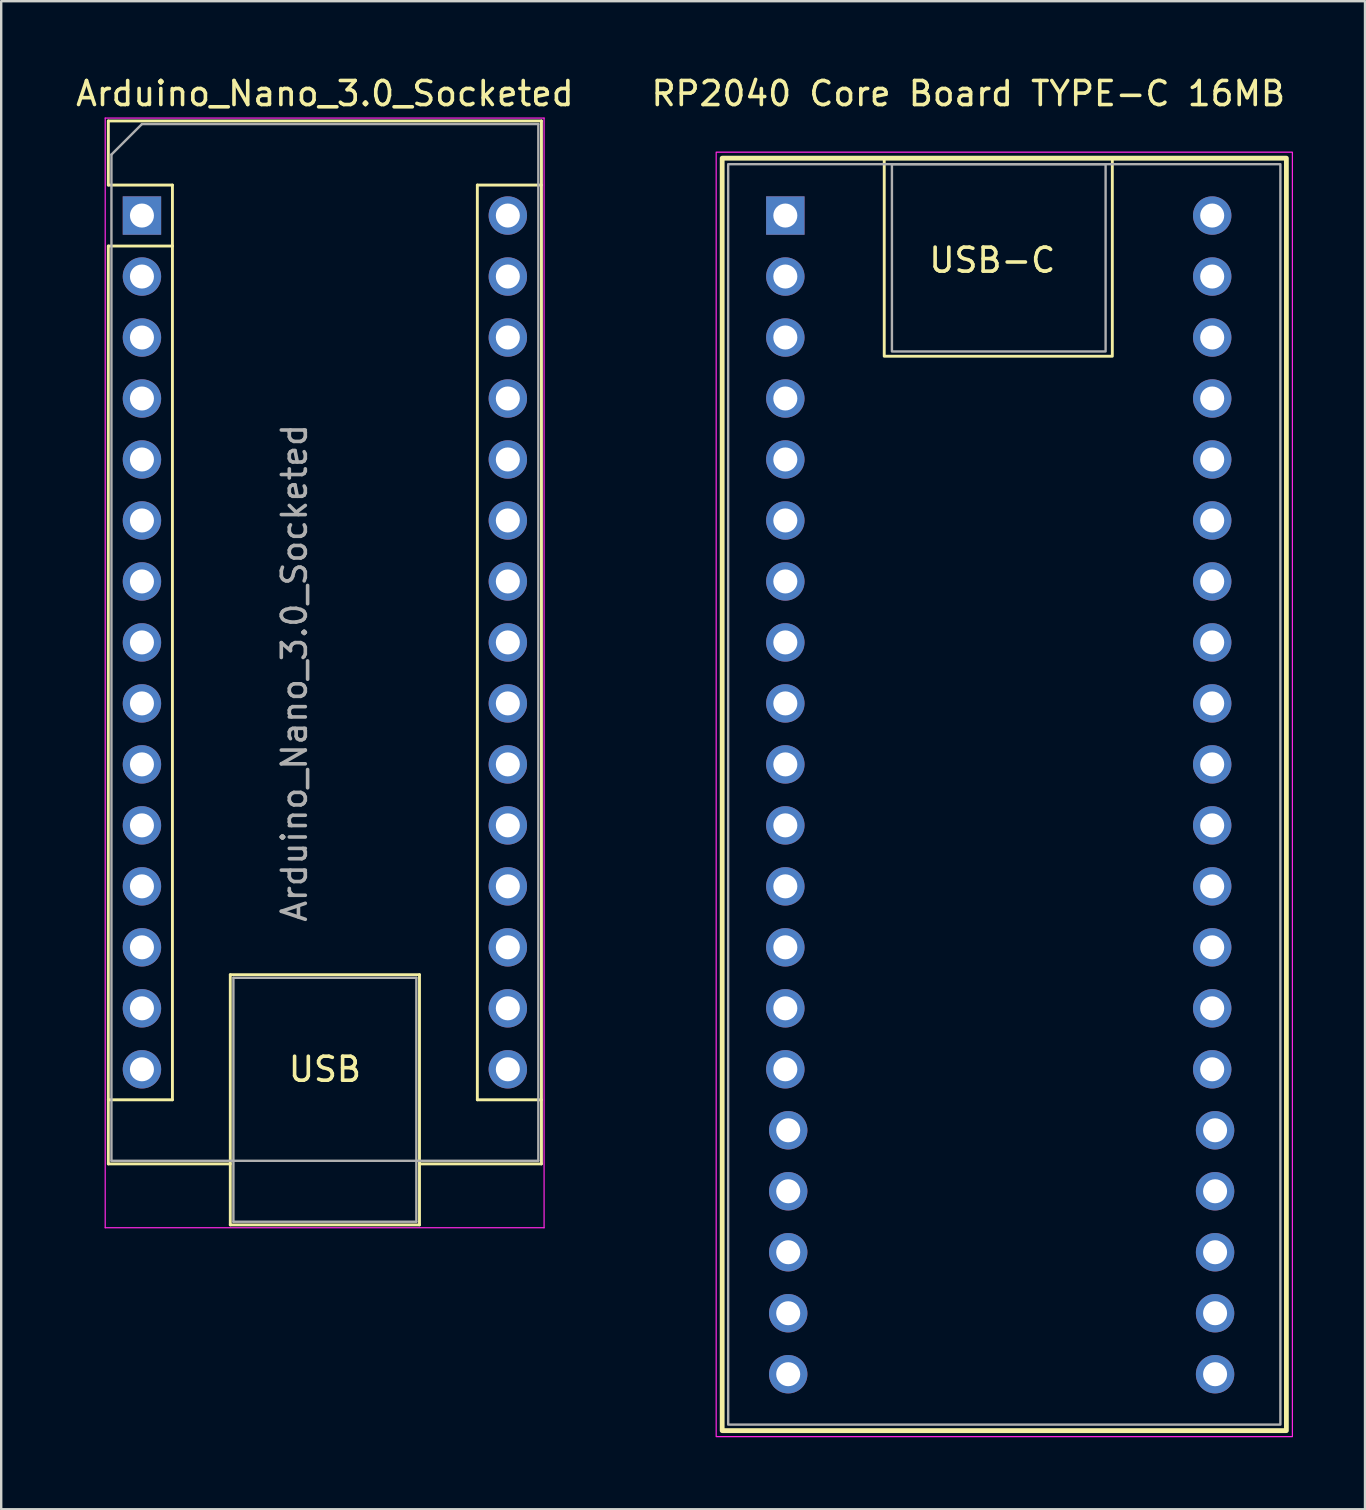
<source format=kicad_pcb>
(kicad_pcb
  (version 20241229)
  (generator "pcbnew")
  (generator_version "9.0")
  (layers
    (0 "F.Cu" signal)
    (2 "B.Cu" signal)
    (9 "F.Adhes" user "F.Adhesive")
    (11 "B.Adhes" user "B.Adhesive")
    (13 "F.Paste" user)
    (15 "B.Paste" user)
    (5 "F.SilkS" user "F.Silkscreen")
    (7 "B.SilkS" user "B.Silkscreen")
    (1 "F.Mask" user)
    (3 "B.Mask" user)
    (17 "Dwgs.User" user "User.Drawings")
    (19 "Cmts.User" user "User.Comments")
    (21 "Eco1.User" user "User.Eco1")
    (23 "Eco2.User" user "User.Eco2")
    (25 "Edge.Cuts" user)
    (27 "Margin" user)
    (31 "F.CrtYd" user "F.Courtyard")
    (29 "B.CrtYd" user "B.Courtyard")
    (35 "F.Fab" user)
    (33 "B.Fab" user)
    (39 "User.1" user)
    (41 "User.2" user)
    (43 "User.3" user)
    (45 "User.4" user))
  (footprint "RP2040 Core Board TYPE-C 16MB"
    (layer "F.Cu")
    (at 37.28 28.788)
    (property "Reference" "RP2040 Core Board TYPE-C 16MB" (at 0 -27.94 0) (layer "F.SilkS") (effects (font (size 1 1) (thickness 0.15))))
    (attr through_hole)
    (fp_rect (start -10.25 -25.25) (end 13.25 27.75) (stroke (width 0.2) (type solid)) (fill no) (layer "F.SilkS"))
    (fp_rect (start -3.5 -25.25) (end 6 -17) (stroke (width 0.12) (type solid)) (fill no) (layer "F.SilkS"))
    (fp_rect (start -10.5 -25.5) (end 13.5 28) (stroke (width 0.05) (type solid)) (fill no) (layer "F.CrtYd"))
    (fp_rect (start -10 -25) (end 13 27.5) (stroke (width 0.1) (type solid)) (fill no) (layer "F.Fab"))
    (fp_rect (start -3.18 -25) (end 5.72 -17.2) (stroke (width 0.1) (type solid)) (fill no) (layer "F.Fab"))
    (fp_text user "USB-C" (at 1 -21 0) (unlocked yes) (layer "F.SilkS") (effects (font (size 1 1) (thickness 0.15))))
    (pad "1" thru_hole rect (at -7.62 -22.86) (size 1.6 1.6) (drill 1) (layers "*.Cu" "*.Mask"))
    (pad "2" thru_hole oval (at -7.62 -20.32) (size 1.6 1.6) (drill 1) (layers "*.Cu" "*.Mask"))
    (pad "3" thru_hole oval (at -7.62 -17.78) (size 1.6 1.6) (drill 1) (layers "*.Cu" "*.Mask"))
    (pad "4" thru_hole oval (at -7.62 -15.24) (size 1.6 1.6) (drill 1) (layers "*.Cu" "*.Mask"))
    (pad "5" thru_hole oval (at -7.62 -12.7) (size 1.6 1.6) (drill 1) (layers "*.Cu" "*.Mask"))
    (pad "6" thru_hole oval (at -7.62 -10.16) (size 1.6 1.6) (drill 1) (layers "*.Cu" "*.Mask"))
    (pad "7" thru_hole oval (at -7.62 -7.62) (size 1.6 1.6) (drill 1) (layers "*.Cu" "*.Mask"))
    (pad "8" thru_hole oval (at -7.62 -5.08) (size 1.6 1.6) (drill 1) (layers "*.Cu" "*.Mask"))
    (pad "9" thru_hole oval (at -7.62 -2.54) (size 1.6 1.6) (drill 1) (layers "*.Cu" "*.Mask"))
    (pad "10" thru_hole oval (at -7.62 0) (size 1.6 1.6) (drill 1) (layers "*.Cu" "*.Mask"))
    (pad "11" thru_hole oval (at -7.62 2.54) (size 1.6 1.6) (drill 1) (layers "*.Cu" "*.Mask"))
    (pad "12" thru_hole oval (at -7.62 5.08) (size 1.6 1.6) (drill 1) (layers "*.Cu" "*.Mask"))
    (pad "13" thru_hole oval (at -7.62 7.62) (size 1.6 1.6) (drill 1) (layers "*.Cu" "*.Mask"))
    (pad "14" thru_hole oval (at -7.62 10.16) (size 1.6 1.6) (drill 1) (layers "*.Cu" "*.Mask"))
    (pad "15" thru_hole oval (at -7.62 12.7) (size 1.6 1.6) (drill 1) (layers "*.Cu" "*.Mask"))
    (pad "16" thru_hole oval (at -7.5 15.24) (size 1.6 1.6) (drill 1) (layers "*.Cu" "*.Mask"))
    (pad "17" thru_hole oval (at -7.5 17.78) (size 1.6 1.6) (drill 1) (layers "*.Cu" "*.Mask"))
    (pad "18" thru_hole oval (at -7.5 20.32) (size 1.6 1.6) (drill 1) (layers "*.Cu" "*.Mask"))
    (pad "19" thru_hole oval (at -7.5 22.86) (size 1.6 1.6) (drill 1) (layers "*.Cu" "*.Mask"))
    (pad "20" thru_hole oval (at -7.5 25.4) (size 1.6 1.6) (drill 1) (layers "*.Cu" "*.Mask"))
    (pad "21" thru_hole oval (at 10.28 25.4) (size 1.6 1.6) (drill 1) (layers "*.Cu" "*.Mask"))
    (pad "22" thru_hole oval (at 10.28 22.86) (size 1.6 1.6) (drill 1) (layers "*.Cu" "*.Mask"))
    (pad "23" thru_hole oval (at 10.28 20.32) (size 1.6 1.6) (drill 1) (layers "*.Cu" "*.Mask"))
    (pad "24" thru_hole oval (at 10.28 17.78) (size 1.6 1.6) (drill 1) (layers "*.Cu" "*.Mask"))
    (pad "25" thru_hole oval (at 10.28 15.24) (size 1.6 1.6) (drill 1) (layers "*.Cu" "*.Mask"))
    (pad "26" thru_hole oval (at 10.16 12.7) (size 1.6 1.6) (drill 1) (layers "*.Cu" "*.Mask"))
    (pad "27" thru_hole oval (at 10.16 10.16) (size 1.6 1.6) (drill 1) (layers "*.Cu" "*.Mask"))
    (pad "28" thru_hole oval (at 10.16 7.62) (size 1.6 1.6) (drill 1) (layers "*.Cu" "*.Mask"))
    (pad "29" thru_hole oval (at 10.16 5.08) (size 1.6 1.6) (drill 1) (layers "*.Cu" "*.Mask"))
    (pad "30" thru_hole oval (at 10.16 2.54) (size 1.6 1.6) (drill 1) (layers "*.Cu" "*.Mask"))
    (pad "31" thru_hole oval (at 10.16 0) (size 1.6 1.6) (drill 1) (layers "*.Cu" "*.Mask"))
    (pad "32" thru_hole oval (at 10.16 -2.54) (size 1.6 1.6) (drill 1) (layers "*.Cu" "*.Mask"))
    (pad "33" thru_hole oval (at 10.16 -5.08) (size 1.6 1.6) (drill 1) (layers "*.Cu" "*.Mask"))
    (pad "34" thru_hole oval (at 10.16 -7.62) (size 1.6 1.6) (drill 1) (layers "*.Cu" "*.Mask"))
    (pad "35" thru_hole oval (at 10.16 -10.16) (size 1.6 1.6) (drill 1) (layers "*.Cu" "*.Mask"))
    (pad "36" thru_hole oval (at 10.16 -12.7) (size 1.6 1.6) (drill 1) (layers "*.Cu" "*.Mask"))
    (pad "37" thru_hole oval (at 10.16 -15.24) (size 1.6 1.6) (drill 1) (layers "*.Cu" "*.Mask"))
    (pad "38" thru_hole oval (at 10.16 -17.78) (size 1.6 1.6) (drill 1) (layers "*.Cu" "*.Mask"))
    (pad "39" thru_hole oval (at 10.16 -20.32) (size 1.6 1.6) (drill 1) (layers "*.Cu" "*.Mask"))
    (pad "40" thru_hole oval (at 10.16 -22.86) (size 1.6 1.6) (drill 1) (layers "*.Cu" "*.Mask")))
  (footprint "Arduino_Nano_3.0_Socketed"
    (layer "F.Cu")
    (at 10.602 23.708)
    (property "Reference" "Arduino_Nano_3.0_Socketed" (at -0.12 -22.86 0) (layer "F.SilkS") (effects (font (size 1 1) (thickness 0.15))))
    (attr through_hole)
    (fp_line (start -9.14 -21.72) (end -9.14 -19.05) (stroke (width 0.12) (type solid)) (layer "F.SilkS"))
    (fp_line (start -9.14 -16.51) (end -9.14 21.72) (stroke (width 0.12) (type solid)) (layer "F.SilkS"))
    (fp_line (start -9.14 21.72) (end -4.06 21.72) (stroke (width 0.12) (type solid)) (layer "F.SilkS"))
    (fp_line (start -6.47 -19.05) (end -9.14 -19.05) (stroke (width 0.12) (type solid)) (layer "F.SilkS"))
    (fp_line (start -6.47 -16.51) (end -9.14 -16.51) (stroke (width 0.12) (type solid)) (layer "F.SilkS"))
    (fp_line (start -6.47 -16.51) (end -6.47 -19.05) (stroke (width 0.12) (type solid)) (layer "F.SilkS"))
    (fp_line (start -6.47 -16.51) (end -6.47 19.05) (stroke (width 0.12) (type solid)) (layer "F.SilkS"))
    (fp_line (start -6.47 19.05) (end -9.14 19.05) (stroke (width 0.12) (type solid)) (layer "F.SilkS"))
    (fp_line (start -4.06 13.84) (end 3.82 13.84) (stroke (width 0.12) (type solid)) (layer "F.SilkS"))
    (fp_line (start -4.06 24.26) (end -4.06 13.84) (stroke (width 0.12) (type solid)) (layer "F.SilkS"))
    (fp_line (start 3.82 13.84) (end 3.82 24.26) (stroke (width 0.12) (type solid)) (layer "F.SilkS"))
    (fp_line (start 3.82 24.26) (end -4.06 24.26) (stroke (width 0.12) (type solid)) (layer "F.SilkS"))
    (fp_line (start 6.23 -19.05) (end 6.23 19.05) (stroke (width 0.12) (type solid)) (layer "F.SilkS"))
    (fp_line (start 6.23 -19.05) (end 8.9 -19.05) (stroke (width 0.12) (type solid)) (layer "F.SilkS"))
    (fp_line (start 6.23 19.05) (end 8.9 19.05) (stroke (width 0.12) (type solid)) (layer "F.SilkS"))
    (fp_line (start 8.9 -21.72) (end -9.14 -21.72) (stroke (width 0.12) (type solid)) (layer "F.SilkS"))
    (fp_line (start 8.9 21.72) (end 3.82 21.72) (stroke (width 0.12) (type solid)) (layer "F.SilkS"))
    (fp_line (start 8.9 21.72) (end 8.9 -21.72) (stroke (width 0.12) (type solid)) (layer "F.SilkS"))
    (fp_line (start -9.27 -21.84) (end -9.27 24.38) (stroke (width 0.05) (type solid)) (layer "F.CrtYd"))
    (fp_line (start -9.27 -21.84) (end 9.01 -21.84) (stroke (width 0.05) (type solid)) (layer "F.CrtYd"))
    (fp_line (start 9.01 24.38) (end -9.27 24.38) (stroke (width 0.05) (type solid)) (layer "F.CrtYd"))
    (fp_line (start 9.01 24.38) (end 9.01 -21.84) (stroke (width 0.05) (type solid)) (layer "F.CrtYd"))
    (fp_line (start -9.01 -20.32) (end -7.74 -21.59) (stroke (width 0.1) (type solid)) (layer "F.Fab"))
    (fp_line (start -9.01 21.59) (end -9.01 -20.32) (stroke (width 0.1) (type solid)) (layer "F.Fab"))
    (fp_line (start -7.74 -21.59) (end 8.77 -21.59) (stroke (width 0.1) (type solid)) (layer "F.Fab"))
    (fp_line (start -3.93 13.97) (end 3.69 13.97) (stroke (width 0.1) (type solid)) (layer "F.Fab"))
    (fp_line (start -3.93 24.13) (end -3.93 13.97) (stroke (width 0.1) (type solid)) (layer "F.Fab"))
    (fp_line (start 3.69 13.97) (end 3.69 24.13) (stroke (width 0.1) (type solid)) (layer "F.Fab"))
    (fp_line (start 3.69 24.13) (end -3.93 24.13) (stroke (width 0.1) (type solid)) (layer "F.Fab"))
    (fp_line (start 8.77 -21.59) (end 8.77 21.59) (stroke (width 0.1) (type solid)) (layer "F.Fab"))
    (fp_line (start 8.77 21.59) (end -9.01 21.59) (stroke (width 0.1) (type solid)) (layer "F.Fab"))
    (fp_text user "USB" (at -0.12 17.78 0) (unlocked yes) (layer "F.SilkS") (effects (font (size 1 1) (thickness 0.15))))
    (fp_text user "${REFERENCE}" (at -1.39 1.27 90) (layer "F.Fab") (effects (font (size 1 1) (thickness 0.15))))
    (pad "1" thru_hole rect (at -7.74 -17.78) (size 1.6 1.6) (drill 1) (layers "*.Cu" "*.Mask"))
    (pad "2" thru_hole oval (at -7.74 -15.24) (size 1.6 1.6) (drill 1) (layers "*.Cu" "*.Mask"))
    (pad "3" thru_hole oval (at -7.74 -12.7) (size 1.6 1.6) (drill 1) (layers "*.Cu" "*.Mask"))
    (pad "4" thru_hole oval (at -7.74 -10.16) (size 1.6 1.6) (drill 1) (layers "*.Cu" "*.Mask"))
    (pad "5" thru_hole oval (at -7.74 -7.62) (size 1.6 1.6) (drill 1) (layers "*.Cu" "*.Mask"))
    (pad "6" thru_hole oval (at -7.74 -5.08) (size 1.6 1.6) (drill 1) (layers "*.Cu" "*.Mask"))
    (pad "7" thru_hole oval (at -7.74 -2.54) (size 1.6 1.6) (drill 1) (layers "*.Cu" "*.Mask"))
    (pad "8" thru_hole oval (at -7.74 0) (size 1.6 1.6) (drill 1) (layers "*.Cu" "*.Mask"))
    (pad "9" thru_hole oval (at -7.74 2.54) (size 1.6 1.6) (drill 1) (layers "*.Cu" "*.Mask"))
    (pad "10" thru_hole oval (at -7.74 5.08) (size 1.6 1.6) (drill 1) (layers "*.Cu" "*.Mask"))
    (pad "11" thru_hole oval (at -7.74 7.62) (size 1.6 1.6) (drill 1) (layers "*.Cu" "*.Mask"))
    (pad "12" thru_hole oval (at -7.74 10.16) (size 1.6 1.6) (drill 1) (layers "*.Cu" "*.Mask"))
    (pad "13" thru_hole oval (at -7.74 12.7) (size 1.6 1.6) (drill 1) (layers "*.Cu" "*.Mask"))
    (pad "14" thru_hole oval (at -7.74 15.24) (size 1.6 1.6) (drill 1) (layers "*.Cu" "*.Mask"))
    (pad "15" thru_hole oval (at -7.74 17.78) (size 1.6 1.6) (drill 1) (layers "*.Cu" "*.Mask"))
    (pad "16" thru_hole oval (at 7.5 17.78) (size 1.6 1.6) (drill 1) (layers "*.Cu" "*.Mask"))
    (pad "17" thru_hole oval (at 7.5 15.24) (size 1.6 1.6) (drill 1) (layers "*.Cu" "*.Mask"))
    (pad "18" thru_hole oval (at 7.5 12.7) (size 1.6 1.6) (drill 1) (layers "*.Cu" "*.Mask"))
    (pad "19" thru_hole oval (at 7.5 10.16) (size 1.6 1.6) (drill 1) (layers "*.Cu" "*.Mask"))
    (pad "20" thru_hole oval (at 7.5 7.62) (size 1.6 1.6) (drill 1) (layers "*.Cu" "*.Mask"))
    (pad "21" thru_hole oval (at 7.5 5.08) (size 1.6 1.6) (drill 1) (layers "*.Cu" "*.Mask"))
    (pad "22" thru_hole oval (at 7.5 2.54) (size 1.6 1.6) (drill 1) (layers "*.Cu" "*.Mask"))
    (pad "23" thru_hole oval (at 7.5 0) (size 1.6 1.6) (drill 1) (layers "*.Cu" "*.Mask"))
    (pad "24" thru_hole oval (at 7.5 -2.54) (size 1.6 1.6) (drill 1) (layers "*.Cu" "*.Mask"))
    (pad "25" thru_hole oval (at 7.5 -5.08) (size 1.6 1.6) (drill 1) (layers "*.Cu" "*.Mask"))
    (pad "26" thru_hole oval (at 7.5 -7.62) (size 1.6 1.6) (drill 1) (layers "*.Cu" "*.Mask"))
    (pad "27" thru_hole oval (at 7.5 -10.16) (size 1.6 1.6) (drill 1) (layers "*.Cu" "*.Mask"))
    (pad "28" thru_hole oval (at 7.5 -12.7) (size 1.6 1.6) (drill 1) (layers "*.Cu" "*.Mask"))
    (pad "29" thru_hole oval (at 7.5 -15.24) (size 1.6 1.6) (drill 1) (layers "*.Cu" "*.Mask"))
    (pad "30" thru_hole oval (at 7.5 -17.78) (size 1.6 1.6) (drill 1) (layers "*.Cu" "*.Mask")))
  (gr_rect
    (start -3 -3)
    (end 53.805 59.813)
    (stroke (width 0.1) (type default))
    (fill no)
    (layer "Edge.Cuts")))
</source>
